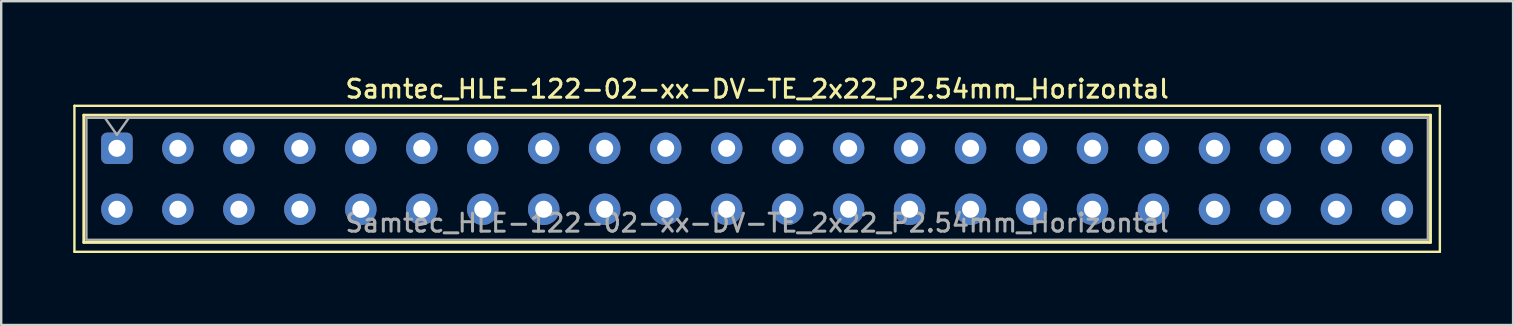
<source format=kicad_pcb>
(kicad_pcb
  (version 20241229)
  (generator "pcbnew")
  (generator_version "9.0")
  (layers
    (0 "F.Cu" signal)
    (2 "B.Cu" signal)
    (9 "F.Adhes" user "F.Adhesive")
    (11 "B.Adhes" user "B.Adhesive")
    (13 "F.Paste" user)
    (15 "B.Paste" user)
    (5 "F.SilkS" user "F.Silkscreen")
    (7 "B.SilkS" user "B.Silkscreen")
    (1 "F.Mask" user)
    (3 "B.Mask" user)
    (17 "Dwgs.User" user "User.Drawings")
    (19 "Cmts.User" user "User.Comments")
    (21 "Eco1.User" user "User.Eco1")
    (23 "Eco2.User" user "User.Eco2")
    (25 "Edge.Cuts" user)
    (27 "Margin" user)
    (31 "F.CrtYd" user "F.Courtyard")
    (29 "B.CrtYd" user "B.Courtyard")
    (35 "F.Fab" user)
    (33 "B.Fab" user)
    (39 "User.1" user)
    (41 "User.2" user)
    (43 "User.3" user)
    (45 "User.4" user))
  (footprint "Samtec_HLE-122-02-xx-DV-TE_2x22_P2.54mm_Horizontal"
    (layer "F.Cu")
    (at 1.82 3.128)
    (property "Reference" "Samtec_HLE-122-02-xx-DV-TE_2x22_P2.54mm_Horizontal" (at 26.67 -2.47 0) (layer "F.SilkS") (effects (font (size 0.75 0.75) (thickness 0.125))))
    (attr through_hole)
    (fp_line (start -1.77 -1.77) (end 55.11 -1.77) (stroke (width 0.1) (type solid)) (layer "F.SilkS"))
    (fp_line (start -1.77 4.31) (end -1.77 -1.77) (stroke (width 0.1) (type solid)) (layer "F.SilkS"))
    (fp_line (start -1.38 -1.38) (end 54.72 -1.38) (stroke (width 0.12) (type solid)) (layer "F.SilkS"))
    (fp_line (start -1.38 3.92) (end -1.38 -1.38) (stroke (width 0.12) (type solid)) (layer "F.SilkS"))
    (fp_line (start 54.72 -1.38) (end 54.72 3.92) (stroke (width 0.12) (type solid)) (layer "F.SilkS"))
    (fp_line (start 54.72 3.92) (end -1.38 3.92) (stroke (width 0.12) (type solid)) (layer "F.SilkS"))
    (fp_line (start 55.11 -1.77) (end 55.11 4.31) (stroke (width 0.1) (type solid)) (layer "F.SilkS"))
    (fp_line (start 55.11 4.31) (end -1.77 4.31) (stroke (width 0.1) (type solid)) (layer "F.SilkS"))
    (fp_line (start -1.27 -1.27) (end 54.61 -1.27) (stroke (width 0.1) (type solid)) (layer "F.Fab"))
    (fp_line (start -1.27 3.81) (end -1.27 -1.27) (stroke (width 0.1) (type solid)) (layer "F.Fab"))
    (fp_line (start -0.5 -1.27) (end 0 -0.563) (stroke (width 0.1) (type solid)) (layer "F.Fab"))
    (fp_line (start 0 -0.563) (end 0.5 -1.27) (stroke (width 0.1) (type solid)) (layer "F.Fab"))
    (fp_line (start 54.61 -1.27) (end 54.61 3.81) (stroke (width 0.1) (type solid)) (layer "F.Fab"))
    (fp_line (start 54.61 3.81) (end -1.27 3.81) (stroke (width 0.1) (type solid)) (layer "F.Fab"))
    (fp_text user "${REFERENCE}" (at 26.67 3.11 0) (layer "F.Fab") (effects (font (size 0.75 0.75) (thickness 0.125))))
    (pad "1" thru_hole roundrect (at 0 0) (size 1.31 1.31) (drill 0.71) (layers "*.Cu" "*.Mask") (roundrect_rratio 0.191))
    (pad "2" thru_hole circle (at 0 2.54) (size 1.31 1.31) (drill 0.71) (layers "*.Cu" "*.Mask"))
    (pad "3" thru_hole circle (at 2.54 0) (size 1.31 1.31) (drill 0.71) (layers "*.Cu" "*.Mask"))
    (pad "4" thru_hole circle (at 2.54 2.54) (size 1.31 1.31) (drill 0.71) (layers "*.Cu" "*.Mask"))
    (pad "5" thru_hole circle (at 5.08 0) (size 1.31 1.31) (drill 0.71) (layers "*.Cu" "*.Mask"))
    (pad "6" thru_hole circle (at 5.08 2.54) (size 1.31 1.31) (drill 0.71) (layers "*.Cu" "*.Mask"))
    (pad "7" thru_hole circle (at 7.62 0) (size 1.31 1.31) (drill 0.71) (layers "*.Cu" "*.Mask"))
    (pad "8" thru_hole circle (at 7.62 2.54) (size 1.31 1.31) (drill 0.71) (layers "*.Cu" "*.Mask"))
    (pad "9" thru_hole circle (at 10.16 0) (size 1.31 1.31) (drill 0.71) (layers "*.Cu" "*.Mask"))
    (pad "10" thru_hole circle (at 10.16 2.54) (size 1.31 1.31) (drill 0.71) (layers "*.Cu" "*.Mask"))
    (pad "11" thru_hole circle (at 12.7 0) (size 1.31 1.31) (drill 0.71) (layers "*.Cu" "*.Mask"))
    (pad "12" thru_hole circle (at 12.7 2.54) (size 1.31 1.31) (drill 0.71) (layers "*.Cu" "*.Mask"))
    (pad "13" thru_hole circle (at 15.24 0) (size 1.31 1.31) (drill 0.71) (layers "*.Cu" "*.Mask"))
    (pad "14" thru_hole circle (at 15.24 2.54) (size 1.31 1.31) (drill 0.71) (layers "*.Cu" "*.Mask"))
    (pad "15" thru_hole circle (at 17.78 0) (size 1.31 1.31) (drill 0.71) (layers "*.Cu" "*.Mask"))
    (pad "16" thru_hole circle (at 17.78 2.54) (size 1.31 1.31) (drill 0.71) (layers "*.Cu" "*.Mask"))
    (pad "17" thru_hole circle (at 20.32 0) (size 1.31 1.31) (drill 0.71) (layers "*.Cu" "*.Mask"))
    (pad "18" thru_hole circle (at 20.32 2.54) (size 1.31 1.31) (drill 0.71) (layers "*.Cu" "*.Mask"))
    (pad "19" thru_hole circle (at 22.86 0) (size 1.31 1.31) (drill 0.71) (layers "*.Cu" "*.Mask"))
    (pad "20" thru_hole circle (at 22.86 2.54) (size 1.31 1.31) (drill 0.71) (layers "*.Cu" "*.Mask"))
    (pad "21" thru_hole circle (at 25.4 0) (size 1.31 1.31) (drill 0.71) (layers "*.Cu" "*.Mask"))
    (pad "22" thru_hole circle (at 25.4 2.54) (size 1.31 1.31) (drill 0.71) (layers "*.Cu" "*.Mask"))
    (pad "23" thru_hole circle (at 27.94 0) (size 1.31 1.31) (drill 0.71) (layers "*.Cu" "*.Mask"))
    (pad "24" thru_hole circle (at 27.94 2.54) (size 1.31 1.31) (drill 0.71) (layers "*.Cu" "*.Mask"))
    (pad "25" thru_hole circle (at 30.48 0) (size 1.31 1.31) (drill 0.71) (layers "*.Cu" "*.Mask"))
    (pad "26" thru_hole circle (at 30.48 2.54) (size 1.31 1.31) (drill 0.71) (layers "*.Cu" "*.Mask"))
    (pad "27" thru_hole circle (at 33.02 0) (size 1.31 1.31) (drill 0.71) (layers "*.Cu" "*.Mask"))
    (pad "28" thru_hole circle (at 33.02 2.54) (size 1.31 1.31) (drill 0.71) (layers "*.Cu" "*.Mask"))
    (pad "29" thru_hole circle (at 35.56 0) (size 1.31 1.31) (drill 0.71) (layers "*.Cu" "*.Mask"))
    (pad "30" thru_hole circle (at 35.56 2.54) (size 1.31 1.31) (drill 0.71) (layers "*.Cu" "*.Mask"))
    (pad "31" thru_hole circle (at 38.1 0) (size 1.31 1.31) (drill 0.71) (layers "*.Cu" "*.Mask"))
    (pad "32" thru_hole circle (at 38.1 2.54) (size 1.31 1.31) (drill 0.71) (layers "*.Cu" "*.Mask"))
    (pad "33" thru_hole circle (at 40.64 0) (size 1.31 1.31) (drill 0.71) (layers "*.Cu" "*.Mask"))
    (pad "34" thru_hole circle (at 40.64 2.54) (size 1.31 1.31) (drill 0.71) (layers "*.Cu" "*.Mask"))
    (pad "35" thru_hole circle (at 43.18 0) (size 1.31 1.31) (drill 0.71) (layers "*.Cu" "*.Mask"))
    (pad "36" thru_hole circle (at 43.18 2.54) (size 1.31 1.31) (drill 0.71) (layers "*.Cu" "*.Mask"))
    (pad "37" thru_hole circle (at 45.72 0) (size 1.31 1.31) (drill 0.71) (layers "*.Cu" "*.Mask"))
    (pad "38" thru_hole circle (at 45.72 2.54) (size 1.31 1.31) (drill 0.71) (layers "*.Cu" "*.Mask"))
    (pad "39" thru_hole circle (at 48.26 0) (size 1.31 1.31) (drill 0.71) (layers "*.Cu" "*.Mask"))
    (pad "40" thru_hole circle (at 48.26 2.54) (size 1.31 1.31) (drill 0.71) (layers "*.Cu" "*.Mask"))
    (pad "41" thru_hole circle (at 50.8 0) (size 1.31 1.31) (drill 0.71) (layers "*.Cu" "*.Mask"))
    (pad "42" thru_hole circle (at 50.8 2.54) (size 1.31 1.31) (drill 0.71) (layers "*.Cu" "*.Mask"))
    (pad "43" thru_hole circle (at 53.34 0) (size 1.31 1.31) (drill 0.71) (layers "*.Cu" "*.Mask"))
    (pad "44" thru_hole circle (at 53.34 2.54) (size 1.31 1.31) (drill 0.71) (layers "*.Cu" "*.Mask")))
  (gr_rect
    (start -3 -3)
    (end 59.98 10.488)
    (stroke (width 0.1) (type default))
    (fill no)
    (layer "Edge.Cuts")))
</source>
